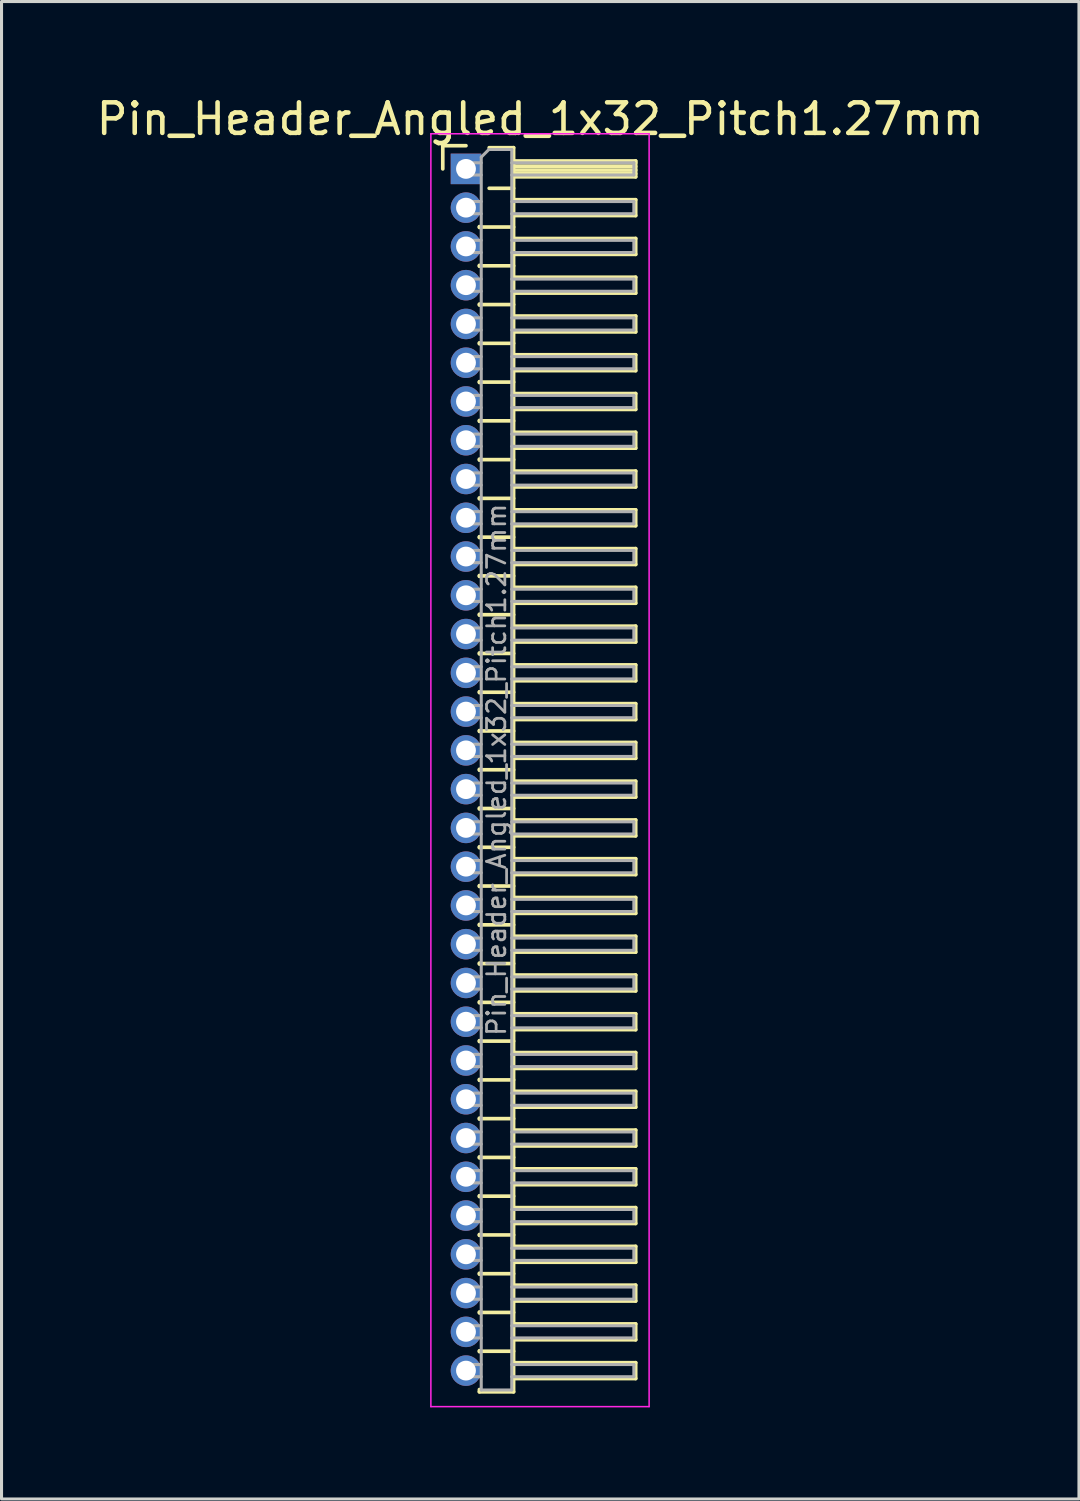
<source format=kicad_pcb>
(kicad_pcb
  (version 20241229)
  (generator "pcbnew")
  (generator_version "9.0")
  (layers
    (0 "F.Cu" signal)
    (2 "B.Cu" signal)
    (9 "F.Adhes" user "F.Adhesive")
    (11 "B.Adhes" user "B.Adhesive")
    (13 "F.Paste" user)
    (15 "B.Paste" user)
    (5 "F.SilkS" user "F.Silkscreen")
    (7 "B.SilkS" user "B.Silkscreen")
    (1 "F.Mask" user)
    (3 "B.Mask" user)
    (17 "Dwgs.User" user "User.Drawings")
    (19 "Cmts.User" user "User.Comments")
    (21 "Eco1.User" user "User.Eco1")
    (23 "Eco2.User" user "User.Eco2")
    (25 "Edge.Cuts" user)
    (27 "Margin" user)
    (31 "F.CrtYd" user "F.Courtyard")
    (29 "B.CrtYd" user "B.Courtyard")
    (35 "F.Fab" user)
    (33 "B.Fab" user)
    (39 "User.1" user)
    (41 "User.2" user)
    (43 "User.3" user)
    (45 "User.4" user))
  (footprint "Pin_Header_Angled_1x32_Pitch1.27mm"
    (layer "F.Cu")
    (at 12.216 2.483)
    (property "Reference" "Pin_Header_Angled_1x32_Pitch1.27mm" (at 2.433 -1.635 0) (layer "F.SilkS") (effects (font (size 1 1) (thickness 0.15))))
    (attr through_hole)
    (fp_line (start -0.76 -0.76) (end 0 -0.76) (stroke (width 0.12) (type solid)) (layer "F.SilkS"))
    (fp_line (start -0.76 0) (end -0.76 -0.76) (stroke (width 0.12) (type solid)) (layer "F.SilkS"))
    (fp_line (start 0.44 1.89) (end 0.44 1.92) (stroke (width 0.12) (type solid)) (layer "F.SilkS"))
    (fp_line (start 0.44 1.905) (end 1.56 1.905) (stroke (width 0.12) (type solid)) (layer "F.SilkS"))
    (fp_line (start 0.44 3.16) (end 0.44 3.19) (stroke (width 0.12) (type solid)) (layer "F.SilkS"))
    (fp_line (start 0.44 3.175) (end 1.56 3.175) (stroke (width 0.12) (type solid)) (layer "F.SilkS"))
    (fp_line (start 0.44 4.43) (end 0.44 4.46) (stroke (width 0.12) (type solid)) (layer "F.SilkS"))
    (fp_line (start 0.44 4.445) (end 1.56 4.445) (stroke (width 0.12) (type solid)) (layer "F.SilkS"))
    (fp_line (start 0.44 5.7) (end 0.44 5.73) (stroke (width 0.12) (type solid)) (layer "F.SilkS"))
    (fp_line (start 0.44 5.715) (end 1.56 5.715) (stroke (width 0.12) (type solid)) (layer "F.SilkS"))
    (fp_line (start 0.44 6.97) (end 0.44 7) (stroke (width 0.12) (type solid)) (layer "F.SilkS"))
    (fp_line (start 0.44 6.985) (end 1.56 6.985) (stroke (width 0.12) (type solid)) (layer "F.SilkS"))
    (fp_line (start 0.44 8.24) (end 0.44 8.27) (stroke (width 0.12) (type solid)) (layer "F.SilkS"))
    (fp_line (start 0.44 8.255) (end 1.56 8.255) (stroke (width 0.12) (type solid)) (layer "F.SilkS"))
    (fp_line (start 0.44 9.51) (end 0.44 9.54) (stroke (width 0.12) (type solid)) (layer "F.SilkS"))
    (fp_line (start 0.44 9.525) (end 1.56 9.525) (stroke (width 0.12) (type solid)) (layer "F.SilkS"))
    (fp_line (start 0.44 10.78) (end 0.44 10.81) (stroke (width 0.12) (type solid)) (layer "F.SilkS"))
    (fp_line (start 0.44 10.795) (end 1.56 10.795) (stroke (width 0.12) (type solid)) (layer "F.SilkS"))
    (fp_line (start 0.44 12.05) (end 0.44 12.08) (stroke (width 0.12) (type solid)) (layer "F.SilkS"))
    (fp_line (start 0.44 12.065) (end 1.56 12.065) (stroke (width 0.12) (type solid)) (layer "F.SilkS"))
    (fp_line (start 0.44 13.32) (end 0.44 13.35) (stroke (width 0.12) (type solid)) (layer "F.SilkS"))
    (fp_line (start 0.44 13.335) (end 1.56 13.335) (stroke (width 0.12) (type solid)) (layer "F.SilkS"))
    (fp_line (start 0.44 14.59) (end 0.44 14.62) (stroke (width 0.12) (type solid)) (layer "F.SilkS"))
    (fp_line (start 0.44 14.605) (end 1.56 14.605) (stroke (width 0.12) (type solid)) (layer "F.SilkS"))
    (fp_line (start 0.44 15.86) (end 0.44 15.89) (stroke (width 0.12) (type solid)) (layer "F.SilkS"))
    (fp_line (start 0.44 15.875) (end 1.56 15.875) (stroke (width 0.12) (type solid)) (layer "F.SilkS"))
    (fp_line (start 0.44 17.13) (end 0.44 17.16) (stroke (width 0.12) (type solid)) (layer "F.SilkS"))
    (fp_line (start 0.44 17.145) (end 1.56 17.145) (stroke (width 0.12) (type solid)) (layer "F.SilkS"))
    (fp_line (start 0.44 18.4) (end 0.44 18.43) (stroke (width 0.12) (type solid)) (layer "F.SilkS"))
    (fp_line (start 0.44 18.415) (end 1.56 18.415) (stroke (width 0.12) (type solid)) (layer "F.SilkS"))
    (fp_line (start 0.44 19.67) (end 0.44 19.7) (stroke (width 0.12) (type solid)) (layer "F.SilkS"))
    (fp_line (start 0.44 19.685) (end 1.56 19.685) (stroke (width 0.12) (type solid)) (layer "F.SilkS"))
    (fp_line (start 0.44 20.94) (end 0.44 20.97) (stroke (width 0.12) (type solid)) (layer "F.SilkS"))
    (fp_line (start 0.44 20.955) (end 1.56 20.955) (stroke (width 0.12) (type solid)) (layer "F.SilkS"))
    (fp_line (start 0.44 22.21) (end 0.44 22.24) (stroke (width 0.12) (type solid)) (layer "F.SilkS"))
    (fp_line (start 0.44 22.225) (end 1.56 22.225) (stroke (width 0.12) (type solid)) (layer "F.SilkS"))
    (fp_line (start 0.44 23.48) (end 0.44 23.51) (stroke (width 0.12) (type solid)) (layer "F.SilkS"))
    (fp_line (start 0.44 23.495) (end 1.56 23.495) (stroke (width 0.12) (type solid)) (layer "F.SilkS"))
    (fp_line (start 0.44 24.75) (end 0.44 24.78) (stroke (width 0.12) (type solid)) (layer "F.SilkS"))
    (fp_line (start 0.44 24.765) (end 1.56 24.765) (stroke (width 0.12) (type solid)) (layer "F.SilkS"))
    (fp_line (start 0.44 26.02) (end 0.44 26.05) (stroke (width 0.12) (type solid)) (layer "F.SilkS"))
    (fp_line (start 0.44 26.035) (end 1.56 26.035) (stroke (width 0.12) (type solid)) (layer "F.SilkS"))
    (fp_line (start 0.44 27.29) (end 0.44 27.32) (stroke (width 0.12) (type solid)) (layer "F.SilkS"))
    (fp_line (start 0.44 27.305) (end 1.56 27.305) (stroke (width 0.12) (type solid)) (layer "F.SilkS"))
    (fp_line (start 0.44 28.56) (end 0.44 28.59) (stroke (width 0.12) (type solid)) (layer "F.SilkS"))
    (fp_line (start 0.44 28.575) (end 1.56 28.575) (stroke (width 0.12) (type solid)) (layer "F.SilkS"))
    (fp_line (start 0.44 29.83) (end 0.44 29.86) (stroke (width 0.12) (type solid)) (layer "F.SilkS"))
    (fp_line (start 0.44 29.845) (end 1.56 29.845) (stroke (width 0.12) (type solid)) (layer "F.SilkS"))
    (fp_line (start 0.44 31.1) (end 0.44 31.13) (stroke (width 0.12) (type solid)) (layer "F.SilkS"))
    (fp_line (start 0.44 31.115) (end 1.56 31.115) (stroke (width 0.12) (type solid)) (layer "F.SilkS"))
    (fp_line (start 0.44 32.37) (end 0.44 32.4) (stroke (width 0.12) (type solid)) (layer "F.SilkS"))
    (fp_line (start 0.44 32.385) (end 1.56 32.385) (stroke (width 0.12) (type solid)) (layer "F.SilkS"))
    (fp_line (start 0.44 33.64) (end 0.44 33.67) (stroke (width 0.12) (type solid)) (layer "F.SilkS"))
    (fp_line (start 0.44 33.655) (end 1.56 33.655) (stroke (width 0.12) (type solid)) (layer "F.SilkS"))
    (fp_line (start 0.44 34.91) (end 0.44 34.94) (stroke (width 0.12) (type solid)) (layer "F.SilkS"))
    (fp_line (start 0.44 34.925) (end 1.56 34.925) (stroke (width 0.12) (type solid)) (layer "F.SilkS"))
    (fp_line (start 0.44 36.18) (end 0.44 36.21) (stroke (width 0.12) (type solid)) (layer "F.SilkS"))
    (fp_line (start 0.44 36.195) (end 1.56 36.195) (stroke (width 0.12) (type solid)) (layer "F.SilkS"))
    (fp_line (start 0.44 37.45) (end 0.44 37.48) (stroke (width 0.12) (type solid)) (layer "F.SilkS"))
    (fp_line (start 0.44 37.465) (end 1.56 37.465) (stroke (width 0.12) (type solid)) (layer "F.SilkS"))
    (fp_line (start 0.44 38.72) (end 0.44 38.75) (stroke (width 0.12) (type solid)) (layer "F.SilkS"))
    (fp_line (start 0.44 38.735) (end 1.56 38.735) (stroke (width 0.12) (type solid)) (layer "F.SilkS"))
    (fp_line (start 0.44 40.065) (end 0.44 39.99) (stroke (width 0.12) (type solid)) (layer "F.SilkS"))
    (fp_line (start 0.76 -0.695) (end 1.56 -0.695) (stroke (width 0.12) (type solid)) (layer "F.SilkS"))
    (fp_line (start 0.76 0.635) (end 1.56 0.635) (stroke (width 0.12) (type solid)) (layer "F.SilkS"))
    (fp_line (start 1.56 -0.695) (end 1.56 40.065) (stroke (width 0.12) (type solid)) (layer "F.SilkS"))
    (fp_line (start 1.56 -0.26) (end 5.56 -0.26) (stroke (width 0.12) (type solid)) (layer "F.SilkS"))
    (fp_line (start 1.56 -0.2) (end 5.56 -0.2) (stroke (width 0.12) (type solid)) (layer "F.SilkS"))
    (fp_line (start 1.56 -0.08) (end 5.56 -0.08) (stroke (width 0.12) (type solid)) (layer "F.SilkS"))
    (fp_line (start 1.56 0.04) (end 5.56 0.04) (stroke (width 0.12) (type solid)) (layer "F.SilkS"))
    (fp_line (start 1.56 0.16) (end 5.56 0.16) (stroke (width 0.12) (type solid)) (layer "F.SilkS"))
    (fp_line (start 1.56 1.01) (end 5.56 1.01) (stroke (width 0.12) (type solid)) (layer "F.SilkS"))
    (fp_line (start 1.56 2.28) (end 5.56 2.28) (stroke (width 0.12) (type solid)) (layer "F.SilkS"))
    (fp_line (start 1.56 3.55) (end 5.56 3.55) (stroke (width 0.12) (type solid)) (layer "F.SilkS"))
    (fp_line (start 1.56 4.82) (end 5.56 4.82) (stroke (width 0.12) (type solid)) (layer "F.SilkS"))
    (fp_line (start 1.56 6.09) (end 5.56 6.09) (stroke (width 0.12) (type solid)) (layer "F.SilkS"))
    (fp_line (start 1.56 7.36) (end 5.56 7.36) (stroke (width 0.12) (type solid)) (layer "F.SilkS"))
    (fp_line (start 1.56 8.63) (end 5.56 8.63) (stroke (width 0.12) (type solid)) (layer "F.SilkS"))
    (fp_line (start 1.56 9.9) (end 5.56 9.9) (stroke (width 0.12) (type solid)) (layer "F.SilkS"))
    (fp_line (start 1.56 11.17) (end 5.56 11.17) (stroke (width 0.12) (type solid)) (layer "F.SilkS"))
    (fp_line (start 1.56 12.44) (end 5.56 12.44) (stroke (width 0.12) (type solid)) (layer "F.SilkS"))
    (fp_line (start 1.56 13.71) (end 5.56 13.71) (stroke (width 0.12) (type solid)) (layer "F.SilkS"))
    (fp_line (start 1.56 14.98) (end 5.56 14.98) (stroke (width 0.12) (type solid)) (layer "F.SilkS"))
    (fp_line (start 1.56 16.25) (end 5.56 16.25) (stroke (width 0.12) (type solid)) (layer "F.SilkS"))
    (fp_line (start 1.56 17.52) (end 5.56 17.52) (stroke (width 0.12) (type solid)) (layer "F.SilkS"))
    (fp_line (start 1.56 18.79) (end 5.56 18.79) (stroke (width 0.12) (type solid)) (layer "F.SilkS"))
    (fp_line (start 1.56 20.06) (end 5.56 20.06) (stroke (width 0.12) (type solid)) (layer "F.SilkS"))
    (fp_line (start 1.56 21.33) (end 5.56 21.33) (stroke (width 0.12) (type solid)) (layer "F.SilkS"))
    (fp_line (start 1.56 22.6) (end 5.56 22.6) (stroke (width 0.12) (type solid)) (layer "F.SilkS"))
    (fp_line (start 1.56 23.87) (end 5.56 23.87) (stroke (width 0.12) (type solid)) (layer "F.SilkS"))
    (fp_line (start 1.56 25.14) (end 5.56 25.14) (stroke (width 0.12) (type solid)) (layer "F.SilkS"))
    (fp_line (start 1.56 26.41) (end 5.56 26.41) (stroke (width 0.12) (type solid)) (layer "F.SilkS"))
    (fp_line (start 1.56 27.68) (end 5.56 27.68) (stroke (width 0.12) (type solid)) (layer "F.SilkS"))
    (fp_line (start 1.56 28.95) (end 5.56 28.95) (stroke (width 0.12) (type solid)) (layer "F.SilkS"))
    (fp_line (start 1.56 30.22) (end 5.56 30.22) (stroke (width 0.12) (type solid)) (layer "F.SilkS"))
    (fp_line (start 1.56 31.49) (end 5.56 31.49) (stroke (width 0.12) (type solid)) (layer "F.SilkS"))
    (fp_line (start 1.56 32.76) (end 5.56 32.76) (stroke (width 0.12) (type solid)) (layer "F.SilkS"))
    (fp_line (start 1.56 34.03) (end 5.56 34.03) (stroke (width 0.12) (type solid)) (layer "F.SilkS"))
    (fp_line (start 1.56 35.3) (end 5.56 35.3) (stroke (width 0.12) (type solid)) (layer "F.SilkS"))
    (fp_line (start 1.56 36.57) (end 5.56 36.57) (stroke (width 0.12) (type solid)) (layer "F.SilkS"))
    (fp_line (start 1.56 37.84) (end 5.56 37.84) (stroke (width 0.12) (type solid)) (layer "F.SilkS"))
    (fp_line (start 1.56 39.11) (end 5.56 39.11) (stroke (width 0.12) (type solid)) (layer "F.SilkS"))
    (fp_line (start 1.56 40.065) (end 0.44 40.065) (stroke (width 0.12) (type solid)) (layer "F.SilkS"))
    (fp_line (start 5.56 -0.26) (end 5.56 0.26) (stroke (width 0.12) (type solid)) (layer "F.SilkS"))
    (fp_line (start 5.56 0.26) (end 1.56 0.26) (stroke (width 0.12) (type solid)) (layer "F.SilkS"))
    (fp_line (start 5.56 1.01) (end 5.56 1.53) (stroke (width 0.12) (type solid)) (layer "F.SilkS"))
    (fp_line (start 5.56 1.53) (end 1.56 1.53) (stroke (width 0.12) (type solid)) (layer "F.SilkS"))
    (fp_line (start 5.56 2.28) (end 5.56 2.8) (stroke (width 0.12) (type solid)) (layer "F.SilkS"))
    (fp_line (start 5.56 2.8) (end 1.56 2.8) (stroke (width 0.12) (type solid)) (layer "F.SilkS"))
    (fp_line (start 5.56 3.55) (end 5.56 4.07) (stroke (width 0.12) (type solid)) (layer "F.SilkS"))
    (fp_line (start 5.56 4.07) (end 1.56 4.07) (stroke (width 0.12) (type solid)) (layer "F.SilkS"))
    (fp_line (start 5.56 4.82) (end 5.56 5.34) (stroke (width 0.12) (type solid)) (layer "F.SilkS"))
    (fp_line (start 5.56 5.34) (end 1.56 5.34) (stroke (width 0.12) (type solid)) (layer "F.SilkS"))
    (fp_line (start 5.56 6.09) (end 5.56 6.61) (stroke (width 0.12) (type solid)) (layer "F.SilkS"))
    (fp_line (start 5.56 6.61) (end 1.56 6.61) (stroke (width 0.12) (type solid)) (layer "F.SilkS"))
    (fp_line (start 5.56 7.36) (end 5.56 7.88) (stroke (width 0.12) (type solid)) (layer "F.SilkS"))
    (fp_line (start 5.56 7.88) (end 1.56 7.88) (stroke (width 0.12) (type solid)) (layer "F.SilkS"))
    (fp_line (start 5.56 8.63) (end 5.56 9.15) (stroke (width 0.12) (type solid)) (layer "F.SilkS"))
    (fp_line (start 5.56 9.15) (end 1.56 9.15) (stroke (width 0.12) (type solid)) (layer "F.SilkS"))
    (fp_line (start 5.56 9.9) (end 5.56 10.42) (stroke (width 0.12) (type solid)) (layer "F.SilkS"))
    (fp_line (start 5.56 10.42) (end 1.56 10.42) (stroke (width 0.12) (type solid)) (layer "F.SilkS"))
    (fp_line (start 5.56 11.17) (end 5.56 11.69) (stroke (width 0.12) (type solid)) (layer "F.SilkS"))
    (fp_line (start 5.56 11.69) (end 1.56 11.69) (stroke (width 0.12) (type solid)) (layer "F.SilkS"))
    (fp_line (start 5.56 12.44) (end 5.56 12.96) (stroke (width 0.12) (type solid)) (layer "F.SilkS"))
    (fp_line (start 5.56 12.96) (end 1.56 12.96) (stroke (width 0.12) (type solid)) (layer "F.SilkS"))
    (fp_line (start 5.56 13.71) (end 5.56 14.23) (stroke (width 0.12) (type solid)) (layer "F.SilkS"))
    (fp_line (start 5.56 14.23) (end 1.56 14.23) (stroke (width 0.12) (type solid)) (layer "F.SilkS"))
    (fp_line (start 5.56 14.98) (end 5.56 15.5) (stroke (width 0.12) (type solid)) (layer "F.SilkS"))
    (fp_line (start 5.56 15.5) (end 1.56 15.5) (stroke (width 0.12) (type solid)) (layer "F.SilkS"))
    (fp_line (start 5.56 16.25) (end 5.56 16.77) (stroke (width 0.12) (type solid)) (layer "F.SilkS"))
    (fp_line (start 5.56 16.77) (end 1.56 16.77) (stroke (width 0.12) (type solid)) (layer "F.SilkS"))
    (fp_line (start 5.56 17.52) (end 5.56 18.04) (stroke (width 0.12) (type solid)) (layer "F.SilkS"))
    (fp_line (start 5.56 18.04) (end 1.56 18.04) (stroke (width 0.12) (type solid)) (layer "F.SilkS"))
    (fp_line (start 5.56 18.79) (end 5.56 19.31) (stroke (width 0.12) (type solid)) (layer "F.SilkS"))
    (fp_line (start 5.56 19.31) (end 1.56 19.31) (stroke (width 0.12) (type solid)) (layer "F.SilkS"))
    (fp_line (start 5.56 20.06) (end 5.56 20.58) (stroke (width 0.12) (type solid)) (layer "F.SilkS"))
    (fp_line (start 5.56 20.58) (end 1.56 20.58) (stroke (width 0.12) (type solid)) (layer "F.SilkS"))
    (fp_line (start 5.56 21.33) (end 5.56 21.85) (stroke (width 0.12) (type solid)) (layer "F.SilkS"))
    (fp_line (start 5.56 21.85) (end 1.56 21.85) (stroke (width 0.12) (type solid)) (layer "F.SilkS"))
    (fp_line (start 5.56 22.6) (end 5.56 23.12) (stroke (width 0.12) (type solid)) (layer "F.SilkS"))
    (fp_line (start 5.56 23.12) (end 1.56 23.12) (stroke (width 0.12) (type solid)) (layer "F.SilkS"))
    (fp_line (start 5.56 23.87) (end 5.56 24.39) (stroke (width 0.12) (type solid)) (layer "F.SilkS"))
    (fp_line (start 5.56 24.39) (end 1.56 24.39) (stroke (width 0.12) (type solid)) (layer "F.SilkS"))
    (fp_line (start 5.56 25.14) (end 5.56 25.66) (stroke (width 0.12) (type solid)) (layer "F.SilkS"))
    (fp_line (start 5.56 25.66) (end 1.56 25.66) (stroke (width 0.12) (type solid)) (layer "F.SilkS"))
    (fp_line (start 5.56 26.41) (end 5.56 26.93) (stroke (width 0.12) (type solid)) (layer "F.SilkS"))
    (fp_line (start 5.56 26.93) (end 1.56 26.93) (stroke (width 0.12) (type solid)) (layer "F.SilkS"))
    (fp_line (start 5.56 27.68) (end 5.56 28.2) (stroke (width 0.12) (type solid)) (layer "F.SilkS"))
    (fp_line (start 5.56 28.2) (end 1.56 28.2) (stroke (width 0.12) (type solid)) (layer "F.SilkS"))
    (fp_line (start 5.56 28.95) (end 5.56 29.47) (stroke (width 0.12) (type solid)) (layer "F.SilkS"))
    (fp_line (start 5.56 29.47) (end 1.56 29.47) (stroke (width 0.12) (type solid)) (layer "F.SilkS"))
    (fp_line (start 5.56 30.22) (end 5.56 30.74) (stroke (width 0.12) (type solid)) (layer "F.SilkS"))
    (fp_line (start 5.56 30.74) (end 1.56 30.74) (stroke (width 0.12) (type solid)) (layer "F.SilkS"))
    (fp_line (start 5.56 31.49) (end 5.56 32.01) (stroke (width 0.12) (type solid)) (layer "F.SilkS"))
    (fp_line (start 5.56 32.01) (end 1.56 32.01) (stroke (width 0.12) (type solid)) (layer "F.SilkS"))
    (fp_line (start 5.56 32.76) (end 5.56 33.28) (stroke (width 0.12) (type solid)) (layer "F.SilkS"))
    (fp_line (start 5.56 33.28) (end 1.56 33.28) (stroke (width 0.12) (type solid)) (layer "F.SilkS"))
    (fp_line (start 5.56 34.03) (end 5.56 34.55) (stroke (width 0.12) (type solid)) (layer "F.SilkS"))
    (fp_line (start 5.56 34.55) (end 1.56 34.55) (stroke (width 0.12) (type solid)) (layer "F.SilkS"))
    (fp_line (start 5.56 35.3) (end 5.56 35.82) (stroke (width 0.12) (type solid)) (layer "F.SilkS"))
    (fp_line (start 5.56 35.82) (end 1.56 35.82) (stroke (width 0.12) (type solid)) (layer "F.SilkS"))
    (fp_line (start 5.56 36.57) (end 5.56 37.09) (stroke (width 0.12) (type solid)) (layer "F.SilkS"))
    (fp_line (start 5.56 37.09) (end 1.56 37.09) (stroke (width 0.12) (type solid)) (layer "F.SilkS"))
    (fp_line (start 5.56 37.84) (end 5.56 38.36) (stroke (width 0.12) (type solid)) (layer "F.SilkS"))
    (fp_line (start 5.56 38.36) (end 1.56 38.36) (stroke (width 0.12) (type solid)) (layer "F.SilkS"))
    (fp_line (start 5.56 39.11) (end 5.56 39.63) (stroke (width 0.12) (type solid)) (layer "F.SilkS"))
    (fp_line (start 5.56 39.63) (end 1.56 39.63) (stroke (width 0.12) (type solid)) (layer "F.SilkS"))
    (fp_line (start -1.15 -1.15) (end -1.15 40.55) (stroke (width 0.05) (type solid)) (layer "F.CrtYd"))
    (fp_line (start -1.15 40.55) (end 6 40.55) (stroke (width 0.05) (type solid)) (layer "F.CrtYd"))
    (fp_line (start 6 -1.15) (end -1.15 -1.15) (stroke (width 0.05) (type solid)) (layer "F.CrtYd"))
    (fp_line (start 6 40.55) (end 6 -1.15) (stroke (width 0.05) (type solid)) (layer "F.CrtYd"))
    (fp_line (start -0.2 -0.2) (end -0.2 0.2) (stroke (width 0.1) (type solid)) (layer "F.Fab"))
    (fp_line (start -0.2 -0.2) (end 0.5 -0.2) (stroke (width 0.1) (type solid)) (layer "F.Fab"))
    (fp_line (start -0.2 0.2) (end 0.5 0.2) (stroke (width 0.1) (type solid)) (layer "F.Fab"))
    (fp_line (start -0.2 1.07) (end -0.2 1.47) (stroke (width 0.1) (type solid)) (layer "F.Fab"))
    (fp_line (start -0.2 1.07) (end 0.5 1.07) (stroke (width 0.1) (type solid)) (layer "F.Fab"))
    (fp_line (start -0.2 1.47) (end 0.5 1.47) (stroke (width 0.1) (type solid)) (layer "F.Fab"))
    (fp_line (start -0.2 2.34) (end -0.2 2.74) (stroke (width 0.1) (type solid)) (layer "F.Fab"))
    (fp_line (start -0.2 2.34) (end 0.5 2.34) (stroke (width 0.1) (type solid)) (layer "F.Fab"))
    (fp_line (start -0.2 2.74) (end 0.5 2.74) (stroke (width 0.1) (type solid)) (layer "F.Fab"))
    (fp_line (start -0.2 3.61) (end -0.2 4.01) (stroke (width 0.1) (type solid)) (layer "F.Fab"))
    (fp_line (start -0.2 3.61) (end 0.5 3.61) (stroke (width 0.1) (type solid)) (layer "F.Fab"))
    (fp_line (start -0.2 4.01) (end 0.5 4.01) (stroke (width 0.1) (type solid)) (layer "F.Fab"))
    (fp_line (start -0.2 4.88) (end -0.2 5.28) (stroke (width 0.1) (type solid)) (layer "F.Fab"))
    (fp_line (start -0.2 4.88) (end 0.5 4.88) (stroke (width 0.1) (type solid)) (layer "F.Fab"))
    (fp_line (start -0.2 5.28) (end 0.5 5.28) (stroke (width 0.1) (type solid)) (layer "F.Fab"))
    (fp_line (start -0.2 6.15) (end -0.2 6.55) (stroke (width 0.1) (type solid)) (layer "F.Fab"))
    (fp_line (start -0.2 6.15) (end 0.5 6.15) (stroke (width 0.1) (type solid)) (layer "F.Fab"))
    (fp_line (start -0.2 6.55) (end 0.5 6.55) (stroke (width 0.1) (type solid)) (layer "F.Fab"))
    (fp_line (start -0.2 7.42) (end -0.2 7.82) (stroke (width 0.1) (type solid)) (layer "F.Fab"))
    (fp_line (start -0.2 7.42) (end 0.5 7.42) (stroke (width 0.1) (type solid)) (layer "F.Fab"))
    (fp_line (start -0.2 7.82) (end 0.5 7.82) (stroke (width 0.1) (type solid)) (layer "F.Fab"))
    (fp_line (start -0.2 8.69) (end -0.2 9.09) (stroke (width 0.1) (type solid)) (layer "F.Fab"))
    (fp_line (start -0.2 8.69) (end 0.5 8.69) (stroke (width 0.1) (type solid)) (layer "F.Fab"))
    (fp_line (start -0.2 9.09) (end 0.5 9.09) (stroke (width 0.1) (type solid)) (layer "F.Fab"))
    (fp_line (start -0.2 9.96) (end -0.2 10.36) (stroke (width 0.1) (type solid)) (layer "F.Fab"))
    (fp_line (start -0.2 9.96) (end 0.5 9.96) (stroke (width 0.1) (type solid)) (layer "F.Fab"))
    (fp_line (start -0.2 10.36) (end 0.5 10.36) (stroke (width 0.1) (type solid)) (layer "F.Fab"))
    (fp_line (start -0.2 11.23) (end -0.2 11.63) (stroke (width 0.1) (type solid)) (layer "F.Fab"))
    (fp_line (start -0.2 11.23) (end 0.5 11.23) (stroke (width 0.1) (type solid)) (layer "F.Fab"))
    (fp_line (start -0.2 11.63) (end 0.5 11.63) (stroke (width 0.1) (type solid)) (layer "F.Fab"))
    (fp_line (start -0.2 12.5) (end -0.2 12.9) (stroke (width 0.1) (type solid)) (layer "F.Fab"))
    (fp_line (start -0.2 12.5) (end 0.5 12.5) (stroke (width 0.1) (type solid)) (layer "F.Fab"))
    (fp_line (start -0.2 12.9) (end 0.5 12.9) (stroke (width 0.1) (type solid)) (layer "F.Fab"))
    (fp_line (start -0.2 13.77) (end -0.2 14.17) (stroke (width 0.1) (type solid)) (layer "F.Fab"))
    (fp_line (start -0.2 13.77) (end 0.5 13.77) (stroke (width 0.1) (type solid)) (layer "F.Fab"))
    (fp_line (start -0.2 14.17) (end 0.5 14.17) (stroke (width 0.1) (type solid)) (layer "F.Fab"))
    (fp_line (start -0.2 15.04) (end -0.2 15.44) (stroke (width 0.1) (type solid)) (layer "F.Fab"))
    (fp_line (start -0.2 15.04) (end 0.5 15.04) (stroke (width 0.1) (type solid)) (layer "F.Fab"))
    (fp_line (start -0.2 15.44) (end 0.5 15.44) (stroke (width 0.1) (type solid)) (layer "F.Fab"))
    (fp_line (start -0.2 16.31) (end -0.2 16.71) (stroke (width 0.1) (type solid)) (layer "F.Fab"))
    (fp_line (start -0.2 16.31) (end 0.5 16.31) (stroke (width 0.1) (type solid)) (layer "F.Fab"))
    (fp_line (start -0.2 16.71) (end 0.5 16.71) (stroke (width 0.1) (type solid)) (layer "F.Fab"))
    (fp_line (start -0.2 17.58) (end -0.2 17.98) (stroke (width 0.1) (type solid)) (layer "F.Fab"))
    (fp_line (start -0.2 17.58) (end 0.5 17.58) (stroke (width 0.1) (type solid)) (layer "F.Fab"))
    (fp_line (start -0.2 17.98) (end 0.5 17.98) (stroke (width 0.1) (type solid)) (layer "F.Fab"))
    (fp_line (start -0.2 18.85) (end -0.2 19.25) (stroke (width 0.1) (type solid)) (layer "F.Fab"))
    (fp_line (start -0.2 18.85) (end 0.5 18.85) (stroke (width 0.1) (type solid)) (layer "F.Fab"))
    (fp_line (start -0.2 19.25) (end 0.5 19.25) (stroke (width 0.1) (type solid)) (layer "F.Fab"))
    (fp_line (start -0.2 20.12) (end -0.2 20.52) (stroke (width 0.1) (type solid)) (layer "F.Fab"))
    (fp_line (start -0.2 20.12) (end 0.5 20.12) (stroke (width 0.1) (type solid)) (layer "F.Fab"))
    (fp_line (start -0.2 20.52) (end 0.5 20.52) (stroke (width 0.1) (type solid)) (layer "F.Fab"))
    (fp_line (start -0.2 21.39) (end -0.2 21.79) (stroke (width 0.1) (type solid)) (layer "F.Fab"))
    (fp_line (start -0.2 21.39) (end 0.5 21.39) (stroke (width 0.1) (type solid)) (layer "F.Fab"))
    (fp_line (start -0.2 21.79) (end 0.5 21.79) (stroke (width 0.1) (type solid)) (layer "F.Fab"))
    (fp_line (start -0.2 22.66) (end -0.2 23.06) (stroke (width 0.1) (type solid)) (layer "F.Fab"))
    (fp_line (start -0.2 22.66) (end 0.5 22.66) (stroke (width 0.1) (type solid)) (layer "F.Fab"))
    (fp_line (start -0.2 23.06) (end 0.5 23.06) (stroke (width 0.1) (type solid)) (layer "F.Fab"))
    (fp_line (start -0.2 23.93) (end -0.2 24.33) (stroke (width 0.1) (type solid)) (layer "F.Fab"))
    (fp_line (start -0.2 23.93) (end 0.5 23.93) (stroke (width 0.1) (type solid)) (layer "F.Fab"))
    (fp_line (start -0.2 24.33) (end 0.5 24.33) (stroke (width 0.1) (type solid)) (layer "F.Fab"))
    (fp_line (start -0.2 25.2) (end -0.2 25.6) (stroke (width 0.1) (type solid)) (layer "F.Fab"))
    (fp_line (start -0.2 25.2) (end 0.5 25.2) (stroke (width 0.1) (type solid)) (layer "F.Fab"))
    (fp_line (start -0.2 25.6) (end 0.5 25.6) (stroke (width 0.1) (type solid)) (layer "F.Fab"))
    (fp_line (start -0.2 26.47) (end -0.2 26.87) (stroke (width 0.1) (type solid)) (layer "F.Fab"))
    (fp_line (start -0.2 26.47) (end 0.5 26.47) (stroke (width 0.1) (type solid)) (layer "F.Fab"))
    (fp_line (start -0.2 26.87) (end 0.5 26.87) (stroke (width 0.1) (type solid)) (layer "F.Fab"))
    (fp_line (start -0.2 27.74) (end -0.2 28.14) (stroke (width 0.1) (type solid)) (layer "F.Fab"))
    (fp_line (start -0.2 27.74) (end 0.5 27.74) (stroke (width 0.1) (type solid)) (layer "F.Fab"))
    (fp_line (start -0.2 28.14) (end 0.5 28.14) (stroke (width 0.1) (type solid)) (layer "F.Fab"))
    (fp_line (start -0.2 29.01) (end -0.2 29.41) (stroke (width 0.1) (type solid)) (layer "F.Fab"))
    (fp_line (start -0.2 29.01) (end 0.5 29.01) (stroke (width 0.1) (type solid)) (layer "F.Fab"))
    (fp_line (start -0.2 29.41) (end 0.5 29.41) (stroke (width 0.1) (type solid)) (layer "F.Fab"))
    (fp_line (start -0.2 30.28) (end -0.2 30.68) (stroke (width 0.1) (type solid)) (layer "F.Fab"))
    (fp_line (start -0.2 30.28) (end 0.5 30.28) (stroke (width 0.1) (type solid)) (layer "F.Fab"))
    (fp_line (start -0.2 30.68) (end 0.5 30.68) (stroke (width 0.1) (type solid)) (layer "F.Fab"))
    (fp_line (start -0.2 31.55) (end -0.2 31.95) (stroke (width 0.1) (type solid)) (layer "F.Fab"))
    (fp_line (start -0.2 31.55) (end 0.5 31.55) (stroke (width 0.1) (type solid)) (layer "F.Fab"))
    (fp_line (start -0.2 31.95) (end 0.5 31.95) (stroke (width 0.1) (type solid)) (layer "F.Fab"))
    (fp_line (start -0.2 32.82) (end -0.2 33.22) (stroke (width 0.1) (type solid)) (layer "F.Fab"))
    (fp_line (start -0.2 32.82) (end 0.5 32.82) (stroke (width 0.1) (type solid)) (layer "F.Fab"))
    (fp_line (start -0.2 33.22) (end 0.5 33.22) (stroke (width 0.1) (type solid)) (layer "F.Fab"))
    (fp_line (start -0.2 34.09) (end -0.2 34.49) (stroke (width 0.1) (type solid)) (layer "F.Fab"))
    (fp_line (start -0.2 34.09) (end 0.5 34.09) (stroke (width 0.1) (type solid)) (layer "F.Fab"))
    (fp_line (start -0.2 34.49) (end 0.5 34.49) (stroke (width 0.1) (type solid)) (layer "F.Fab"))
    (fp_line (start -0.2 35.36) (end -0.2 35.76) (stroke (width 0.1) (type solid)) (layer "F.Fab"))
    (fp_line (start -0.2 35.36) (end 0.5 35.36) (stroke (width 0.1) (type solid)) (layer "F.Fab"))
    (fp_line (start -0.2 35.76) (end 0.5 35.76) (stroke (width 0.1) (type solid)) (layer "F.Fab"))
    (fp_line (start -0.2 36.63) (end -0.2 37.03) (stroke (width 0.1) (type solid)) (layer "F.Fab"))
    (fp_line (start -0.2 36.63) (end 0.5 36.63) (stroke (width 0.1) (type solid)) (layer "F.Fab"))
    (fp_line (start -0.2 37.03) (end 0.5 37.03) (stroke (width 0.1) (type solid)) (layer "F.Fab"))
    (fp_line (start -0.2 37.9) (end -0.2 38.3) (stroke (width 0.1) (type solid)) (layer "F.Fab"))
    (fp_line (start -0.2 37.9) (end 0.5 37.9) (stroke (width 0.1) (type solid)) (layer "F.Fab"))
    (fp_line (start -0.2 38.3) (end 0.5 38.3) (stroke (width 0.1) (type solid)) (layer "F.Fab"))
    (fp_line (start -0.2 39.17) (end -0.2 39.57) (stroke (width 0.1) (type solid)) (layer "F.Fab"))
    (fp_line (start -0.2 39.17) (end 0.5 39.17) (stroke (width 0.1) (type solid)) (layer "F.Fab"))
    (fp_line (start -0.2 39.57) (end 0.5 39.57) (stroke (width 0.1) (type solid)) (layer "F.Fab"))
    (fp_line (start 0.5 -0.385) (end 0.75 -0.635) (stroke (width 0.1) (type solid)) (layer "F.Fab"))
    (fp_line (start 0.5 40.005) (end 0.5 -0.385) (stroke (width 0.1) (type solid)) (layer "F.Fab"))
    (fp_line (start 0.75 -0.635) (end 1.5 -0.635) (stroke (width 0.1) (type solid)) (layer "F.Fab"))
    (fp_line (start 1.5 -0.635) (end 1.5 40.005) (stroke (width 0.1) (type solid)) (layer "F.Fab"))
    (fp_line (start 1.5 -0.2) (end 5.5 -0.2) (stroke (width 0.1) (type solid)) (layer "F.Fab"))
    (fp_line (start 1.5 0.2) (end 5.5 0.2) (stroke (width 0.1) (type solid)) (layer "F.Fab"))
    (fp_line (start 1.5 1.07) (end 5.5 1.07) (stroke (width 0.1) (type solid)) (layer "F.Fab"))
    (fp_line (start 1.5 1.47) (end 5.5 1.47) (stroke (width 0.1) (type solid)) (layer "F.Fab"))
    (fp_line (start 1.5 2.34) (end 5.5 2.34) (stroke (width 0.1) (type solid)) (layer "F.Fab"))
    (fp_line (start 1.5 2.74) (end 5.5 2.74) (stroke (width 0.1) (type solid)) (layer "F.Fab"))
    (fp_line (start 1.5 3.61) (end 5.5 3.61) (stroke (width 0.1) (type solid)) (layer "F.Fab"))
    (fp_line (start 1.5 4.01) (end 5.5 4.01) (stroke (width 0.1) (type solid)) (layer "F.Fab"))
    (fp_line (start 1.5 4.88) (end 5.5 4.88) (stroke (width 0.1) (type solid)) (layer "F.Fab"))
    (fp_line (start 1.5 5.28) (end 5.5 5.28) (stroke (width 0.1) (type solid)) (layer "F.Fab"))
    (fp_line (start 1.5 6.15) (end 5.5 6.15) (stroke (width 0.1) (type solid)) (layer "F.Fab"))
    (fp_line (start 1.5 6.55) (end 5.5 6.55) (stroke (width 0.1) (type solid)) (layer "F.Fab"))
    (fp_line (start 1.5 7.42) (end 5.5 7.42) (stroke (width 0.1) (type solid)) (layer "F.Fab"))
    (fp_line (start 1.5 7.82) (end 5.5 7.82) (stroke (width 0.1) (type solid)) (layer "F.Fab"))
    (fp_line (start 1.5 8.69) (end 5.5 8.69) (stroke (width 0.1) (type solid)) (layer "F.Fab"))
    (fp_line (start 1.5 9.09) (end 5.5 9.09) (stroke (width 0.1) (type solid)) (layer "F.Fab"))
    (fp_line (start 1.5 9.96) (end 5.5 9.96) (stroke (width 0.1) (type solid)) (layer "F.Fab"))
    (fp_line (start 1.5 10.36) (end 5.5 10.36) (stroke (width 0.1) (type solid)) (layer "F.Fab"))
    (fp_line (start 1.5 11.23) (end 5.5 11.23) (stroke (width 0.1) (type solid)) (layer "F.Fab"))
    (fp_line (start 1.5 11.63) (end 5.5 11.63) (stroke (width 0.1) (type solid)) (layer "F.Fab"))
    (fp_line (start 1.5 12.5) (end 5.5 12.5) (stroke (width 0.1) (type solid)) (layer "F.Fab"))
    (fp_line (start 1.5 12.9) (end 5.5 12.9) (stroke (width 0.1) (type solid)) (layer "F.Fab"))
    (fp_line (start 1.5 13.77) (end 5.5 13.77) (stroke (width 0.1) (type solid)) (layer "F.Fab"))
    (fp_line (start 1.5 14.17) (end 5.5 14.17) (stroke (width 0.1) (type solid)) (layer "F.Fab"))
    (fp_line (start 1.5 15.04) (end 5.5 15.04) (stroke (width 0.1) (type solid)) (layer "F.Fab"))
    (fp_line (start 1.5 15.44) (end 5.5 15.44) (stroke (width 0.1) (type solid)) (layer "F.Fab"))
    (fp_line (start 1.5 16.31) (end 5.5 16.31) (stroke (width 0.1) (type solid)) (layer "F.Fab"))
    (fp_line (start 1.5 16.71) (end 5.5 16.71) (stroke (width 0.1) (type solid)) (layer "F.Fab"))
    (fp_line (start 1.5 17.58) (end 5.5 17.58) (stroke (width 0.1) (type solid)) (layer "F.Fab"))
    (fp_line (start 1.5 17.98) (end 5.5 17.98) (stroke (width 0.1) (type solid)) (layer "F.Fab"))
    (fp_line (start 1.5 18.85) (end 5.5 18.85) (stroke (width 0.1) (type solid)) (layer "F.Fab"))
    (fp_line (start 1.5 19.25) (end 5.5 19.25) (stroke (width 0.1) (type solid)) (layer "F.Fab"))
    (fp_line (start 1.5 20.12) (end 5.5 20.12) (stroke (width 0.1) (type solid)) (layer "F.Fab"))
    (fp_line (start 1.5 20.52) (end 5.5 20.52) (stroke (width 0.1) (type solid)) (layer "F.Fab"))
    (fp_line (start 1.5 21.39) (end 5.5 21.39) (stroke (width 0.1) (type solid)) (layer "F.Fab"))
    (fp_line (start 1.5 21.79) (end 5.5 21.79) (stroke (width 0.1) (type solid)) (layer "F.Fab"))
    (fp_line (start 1.5 22.66) (end 5.5 22.66) (stroke (width 0.1) (type solid)) (layer "F.Fab"))
    (fp_line (start 1.5 23.06) (end 5.5 23.06) (stroke (width 0.1) (type solid)) (layer "F.Fab"))
    (fp_line (start 1.5 23.93) (end 5.5 23.93) (stroke (width 0.1) (type solid)) (layer "F.Fab"))
    (fp_line (start 1.5 24.33) (end 5.5 24.33) (stroke (width 0.1) (type solid)) (layer "F.Fab"))
    (fp_line (start 1.5 25.2) (end 5.5 25.2) (stroke (width 0.1) (type solid)) (layer "F.Fab"))
    (fp_line (start 1.5 25.6) (end 5.5 25.6) (stroke (width 0.1) (type solid)) (layer "F.Fab"))
    (fp_line (start 1.5 26.47) (end 5.5 26.47) (stroke (width 0.1) (type solid)) (layer "F.Fab"))
    (fp_line (start 1.5 26.87) (end 5.5 26.87) (stroke (width 0.1) (type solid)) (layer "F.Fab"))
    (fp_line (start 1.5 27.74) (end 5.5 27.74) (stroke (width 0.1) (type solid)) (layer "F.Fab"))
    (fp_line (start 1.5 28.14) (end 5.5 28.14) (stroke (width 0.1) (type solid)) (layer "F.Fab"))
    (fp_line (start 1.5 29.01) (end 5.5 29.01) (stroke (width 0.1) (type solid)) (layer "F.Fab"))
    (fp_line (start 1.5 29.41) (end 5.5 29.41) (stroke (width 0.1) (type solid)) (layer "F.Fab"))
    (fp_line (start 1.5 30.28) (end 5.5 30.28) (stroke (width 0.1) (type solid)) (layer "F.Fab"))
    (fp_line (start 1.5 30.68) (end 5.5 30.68) (stroke (width 0.1) (type solid)) (layer "F.Fab"))
    (fp_line (start 1.5 31.55) (end 5.5 31.55) (stroke (width 0.1) (type solid)) (layer "F.Fab"))
    (fp_line (start 1.5 31.95) (end 5.5 31.95) (stroke (width 0.1) (type solid)) (layer "F.Fab"))
    (fp_line (start 1.5 32.82) (end 5.5 32.82) (stroke (width 0.1) (type solid)) (layer "F.Fab"))
    (fp_line (start 1.5 33.22) (end 5.5 33.22) (stroke (width 0.1) (type solid)) (layer "F.Fab"))
    (fp_line (start 1.5 34.09) (end 5.5 34.09) (stroke (width 0.1) (type solid)) (layer "F.Fab"))
    (fp_line (start 1.5 34.49) (end 5.5 34.49) (stroke (width 0.1) (type solid)) (layer "F.Fab"))
    (fp_line (start 1.5 35.36) (end 5.5 35.36) (stroke (width 0.1) (type solid)) (layer "F.Fab"))
    (fp_line (start 1.5 35.76) (end 5.5 35.76) (stroke (width 0.1) (type solid)) (layer "F.Fab"))
    (fp_line (start 1.5 36.63) (end 5.5 36.63) (stroke (width 0.1) (type solid)) (layer "F.Fab"))
    (fp_line (start 1.5 37.03) (end 5.5 37.03) (stroke (width 0.1) (type solid)) (layer "F.Fab"))
    (fp_line (start 1.5 37.9) (end 5.5 37.9) (stroke (width 0.1) (type solid)) (layer "F.Fab"))
    (fp_line (start 1.5 38.3) (end 5.5 38.3) (stroke (width 0.1) (type solid)) (layer "F.Fab"))
    (fp_line (start 1.5 39.17) (end 5.5 39.17) (stroke (width 0.1) (type solid)) (layer "F.Fab"))
    (fp_line (start 1.5 39.57) (end 5.5 39.57) (stroke (width 0.1) (type solid)) (layer "F.Fab"))
    (fp_line (start 1.5 40.005) (end 0.5 40.005) (stroke (width 0.1) (type solid)) (layer "F.Fab"))
    (fp_line (start 5.5 -0.2) (end 5.5 0.2) (stroke (width 0.1) (type solid)) (layer "F.Fab"))
    (fp_line (start 5.5 1.07) (end 5.5 1.47) (stroke (width 0.1) (type solid)) (layer "F.Fab"))
    (fp_line (start 5.5 2.34) (end 5.5 2.74) (stroke (width 0.1) (type solid)) (layer "F.Fab"))
    (fp_line (start 5.5 3.61) (end 5.5 4.01) (stroke (width 0.1) (type solid)) (layer "F.Fab"))
    (fp_line (start 5.5 4.88) (end 5.5 5.28) (stroke (width 0.1) (type solid)) (layer "F.Fab"))
    (fp_line (start 5.5 6.15) (end 5.5 6.55) (stroke (width 0.1) (type solid)) (layer "F.Fab"))
    (fp_line (start 5.5 7.42) (end 5.5 7.82) (stroke (width 0.1) (type solid)) (layer "F.Fab"))
    (fp_line (start 5.5 8.69) (end 5.5 9.09) (stroke (width 0.1) (type solid)) (layer "F.Fab"))
    (fp_line (start 5.5 9.96) (end 5.5 10.36) (stroke (width 0.1) (type solid)) (layer "F.Fab"))
    (fp_line (start 5.5 11.23) (end 5.5 11.63) (stroke (width 0.1) (type solid)) (layer "F.Fab"))
    (fp_line (start 5.5 12.5) (end 5.5 12.9) (stroke (width 0.1) (type solid)) (layer "F.Fab"))
    (fp_line (start 5.5 13.77) (end 5.5 14.17) (stroke (width 0.1) (type solid)) (layer "F.Fab"))
    (fp_line (start 5.5 15.04) (end 5.5 15.44) (stroke (width 0.1) (type solid)) (layer "F.Fab"))
    (fp_line (start 5.5 16.31) (end 5.5 16.71) (stroke (width 0.1) (type solid)) (layer "F.Fab"))
    (fp_line (start 5.5 17.58) (end 5.5 17.98) (stroke (width 0.1) (type solid)) (layer "F.Fab"))
    (fp_line (start 5.5 18.85) (end 5.5 19.25) (stroke (width 0.1) (type solid)) (layer "F.Fab"))
    (fp_line (start 5.5 20.12) (end 5.5 20.52) (stroke (width 0.1) (type solid)) (layer "F.Fab"))
    (fp_line (start 5.5 21.39) (end 5.5 21.79) (stroke (width 0.1) (type solid)) (layer "F.Fab"))
    (fp_line (start 5.5 22.66) (end 5.5 23.06) (stroke (width 0.1) (type solid)) (layer "F.Fab"))
    (fp_line (start 5.5 23.93) (end 5.5 24.33) (stroke (width 0.1) (type solid)) (layer "F.Fab"))
    (fp_line (start 5.5 25.2) (end 5.5 25.6) (stroke (width 0.1) (type solid)) (layer "F.Fab"))
    (fp_line (start 5.5 26.47) (end 5.5 26.87) (stroke (width 0.1) (type solid)) (layer "F.Fab"))
    (fp_line (start 5.5 27.74) (end 5.5 28.14) (stroke (width 0.1) (type solid)) (layer "F.Fab"))
    (fp_line (start 5.5 29.01) (end 5.5 29.41) (stroke (width 0.1) (type solid)) (layer "F.Fab"))
    (fp_line (start 5.5 30.28) (end 5.5 30.68) (stroke (width 0.1) (type solid)) (layer "F.Fab"))
    (fp_line (start 5.5 31.55) (end 5.5 31.95) (stroke (width 0.1) (type solid)) (layer "F.Fab"))
    (fp_line (start 5.5 32.82) (end 5.5 33.22) (stroke (width 0.1) (type solid)) (layer "F.Fab"))
    (fp_line (start 5.5 34.09) (end 5.5 34.49) (stroke (width 0.1) (type solid)) (layer "F.Fab"))
    (fp_line (start 5.5 35.36) (end 5.5 35.76) (stroke (width 0.1) (type solid)) (layer "F.Fab"))
    (fp_line (start 5.5 36.63) (end 5.5 37.03) (stroke (width 0.1) (type solid)) (layer "F.Fab"))
    (fp_line (start 5.5 37.9) (end 5.5 38.3) (stroke (width 0.1) (type solid)) (layer "F.Fab"))
    (fp_line (start 5.5 39.17) (end 5.5 39.57) (stroke (width 0.1) (type solid)) (layer "F.Fab"))
    (fp_text user "${REFERENCE}" (at 1 19.685 90) (layer "F.Fab") (effects (font (size 0.6 0.6) (thickness 0.09))))
    (pad "1" thru_hole rect (at 0 0) (size 1 1) (drill 0.65) (layers "*.Cu" "*.Mask"))
    (pad "2" thru_hole oval (at 0 1.27) (size 1 1) (drill 0.65) (layers "*.Cu" "*.Mask"))
    (pad "3" thru_hole oval (at 0 2.54) (size 1 1) (drill 0.65) (layers "*.Cu" "*.Mask"))
    (pad "4" thru_hole oval (at 0 3.81) (size 1 1) (drill 0.65) (layers "*.Cu" "*.Mask"))
    (pad "5" thru_hole oval (at 0 5.08) (size 1 1) (drill 0.65) (layers "*.Cu" "*.Mask"))
    (pad "6" thru_hole oval (at 0 6.35) (size 1 1) (drill 0.65) (layers "*.Cu" "*.Mask"))
    (pad "7" thru_hole oval (at 0 7.62) (size 1 1) (drill 0.65) (layers "*.Cu" "*.Mask"))
    (pad "8" thru_hole oval (at 0 8.89) (size 1 1) (drill 0.65) (layers "*.Cu" "*.Mask"))
    (pad "9" thru_hole oval (at 0 10.16) (size 1 1) (drill 0.65) (layers "*.Cu" "*.Mask"))
    (pad "10" thru_hole oval (at 0 11.43) (size 1 1) (drill 0.65) (layers "*.Cu" "*.Mask"))
    (pad "11" thru_hole oval (at 0 12.7) (size 1 1) (drill 0.65) (layers "*.Cu" "*.Mask"))
    (pad "12" thru_hole oval (at 0 13.97) (size 1 1) (drill 0.65) (layers "*.Cu" "*.Mask"))
    (pad "13" thru_hole oval (at 0 15.24) (size 1 1) (drill 0.65) (layers "*.Cu" "*.Mask"))
    (pad "14" thru_hole oval (at 0 16.51) (size 1 1) (drill 0.65) (layers "*.Cu" "*.Mask"))
    (pad "15" thru_hole oval (at 0 17.78) (size 1 1) (drill 0.65) (layers "*.Cu" "*.Mask"))
    (pad "16" thru_hole oval (at 0 19.05) (size 1 1) (drill 0.65) (layers "*.Cu" "*.Mask"))
    (pad "17" thru_hole oval (at 0 20.32) (size 1 1) (drill 0.65) (layers "*.Cu" "*.Mask"))
    (pad "18" thru_hole oval (at 0 21.59) (size 1 1) (drill 0.65) (layers "*.Cu" "*.Mask"))
    (pad "19" thru_hole oval (at 0 22.86) (size 1 1) (drill 0.65) (layers "*.Cu" "*.Mask"))
    (pad "20" thru_hole oval (at 0 24.13) (size 1 1) (drill 0.65) (layers "*.Cu" "*.Mask"))
    (pad "21" thru_hole oval (at 0 25.4) (size 1 1) (drill 0.65) (layers "*.Cu" "*.Mask"))
    (pad "22" thru_hole oval (at 0 26.67) (size 1 1) (drill 0.65) (layers "*.Cu" "*.Mask"))
    (pad "23" thru_hole oval (at 0 27.94) (size 1 1) (drill 0.65) (layers "*.Cu" "*.Mask"))
    (pad "24" thru_hole oval (at 0 29.21) (size 1 1) (drill 0.65) (layers "*.Cu" "*.Mask"))
    (pad "25" thru_hole oval (at 0 30.48) (size 1 1) (drill 0.65) (layers "*.Cu" "*.Mask"))
    (pad "26" thru_hole oval (at 0 31.75) (size 1 1) (drill 0.65) (layers "*.Cu" "*.Mask"))
    (pad "27" thru_hole oval (at 0 33.02) (size 1 1) (drill 0.65) (layers "*.Cu" "*.Mask"))
    (pad "28" thru_hole oval (at 0 34.29) (size 1 1) (drill 0.65) (layers "*.Cu" "*.Mask"))
    (pad "29" thru_hole oval (at 0 35.56) (size 1 1) (drill 0.65) (layers "*.Cu" "*.Mask"))
    (pad "30" thru_hole oval (at 0 36.83) (size 1 1) (drill 0.65) (layers "*.Cu" "*.Mask"))
    (pad "31" thru_hole oval (at 0 38.1) (size 1 1) (drill 0.65) (layers "*.Cu" "*.Mask"))
    (pad "32" thru_hole oval (at 0 39.37) (size 1 1) (drill 0.65) (layers "*.Cu" "*.Mask")))
  (gr_rect
    (start -3 -3)
    (end 32.298 46.058)
    (stroke (width 0.1) (type default))
    (fill no)
    (layer "Edge.Cuts")))
</source>
